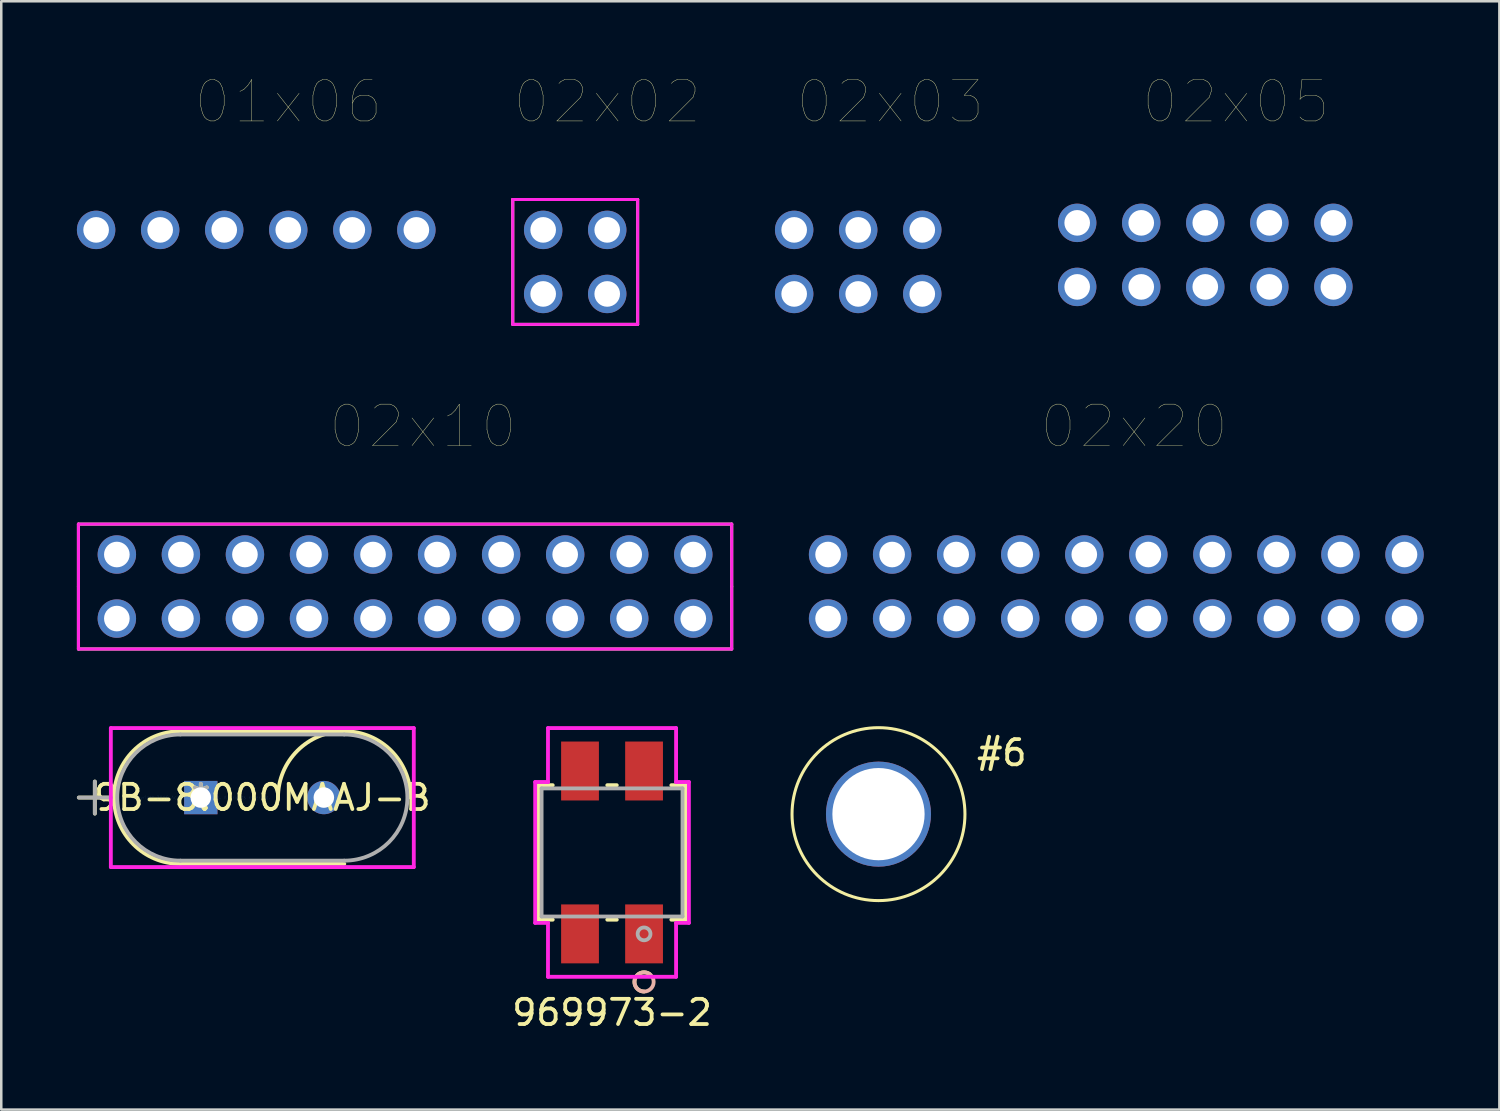
<source format=kicad_pcb>
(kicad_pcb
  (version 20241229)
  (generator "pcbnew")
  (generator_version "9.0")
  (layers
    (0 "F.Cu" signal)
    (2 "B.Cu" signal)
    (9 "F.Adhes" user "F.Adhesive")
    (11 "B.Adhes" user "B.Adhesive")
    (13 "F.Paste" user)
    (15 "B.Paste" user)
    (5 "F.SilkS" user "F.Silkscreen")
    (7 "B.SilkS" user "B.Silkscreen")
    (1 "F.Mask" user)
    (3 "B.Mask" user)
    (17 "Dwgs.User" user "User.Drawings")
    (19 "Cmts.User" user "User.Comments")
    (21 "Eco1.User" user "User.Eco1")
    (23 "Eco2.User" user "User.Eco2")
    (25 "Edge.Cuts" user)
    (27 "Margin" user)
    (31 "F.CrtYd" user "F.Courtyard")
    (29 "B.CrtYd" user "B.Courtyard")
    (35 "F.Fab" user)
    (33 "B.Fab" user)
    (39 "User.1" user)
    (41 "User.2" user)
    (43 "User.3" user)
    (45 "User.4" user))
  (footprint "969973-2"
    (layer "F.Cu")
    (at 21.222 30.756)
    (property "Reference" "969973-2" (at 0 6.35 0) (layer "F.SilkS") (effects (font (size 1 1) (thickness 0.15))))
    (attr through_hole)
    (fp_line (start -2.921 -2.667) (end -2.921 2.667) (stroke (width 0.152) (type solid)) (layer "F.SilkS"))
    (fp_line (start -2.921 2.667) (end -2.352 2.667) (stroke (width 0.152) (type solid)) (layer "F.SilkS"))
    (fp_line (start -2.352 -2.667) (end -2.921 -2.667) (stroke (width 0.152) (type solid)) (layer "F.SilkS"))
    (fp_line (start -0.188 2.667) (end 0.188 2.667) (stroke (width 0.152) (type solid)) (layer "F.SilkS"))
    (fp_line (start 0.188 -2.667) (end -0.188 -2.667) (stroke (width 0.152) (type solid)) (layer "F.SilkS"))
    (fp_line (start 2.352 2.667) (end 2.921 2.667) (stroke (width 0.152) (type solid)) (layer "F.SilkS"))
    (fp_line (start 2.921 -2.667) (end 2.352 -2.667) (stroke (width 0.152) (type solid)) (layer "F.SilkS"))
    (fp_line (start 2.921 2.667) (end 2.921 -2.667) (stroke (width 0.152) (type solid)) (layer "F.SilkS"))
    (fp_arc (start 1.27 5.516001) (mid 0.908054 5.016021) (end 1.49606 4.828312) (stroke (width 0.1524) (type solid)) (layer "F.SilkS"))
    (fp_circle (center 1.27 5.135) (end 1.651 5.135) (stroke (width 0.152) (type solid)) (fill no) (layer "B.SilkS"))
    (fp_line (start -3.048 -2.794) (end -3.048 2.794) (stroke (width 0.152) (type solid)) (layer "F.CrtYd"))
    (fp_line (start -3.048 2.794) (end -2.54 2.794) (stroke (width 0.152) (type solid)) (layer "F.CrtYd"))
    (fp_line (start -2.54 -4.932) (end -2.54 -2.794) (stroke (width 0.152) (type solid)) (layer "F.CrtYd"))
    (fp_line (start -2.54 -2.794) (end -3.048 -2.794) (stroke (width 0.152) (type solid)) (layer "F.CrtYd"))
    (fp_line (start -2.54 2.794) (end -2.54 4.932) (stroke (width 0.152) (type solid)) (layer "F.CrtYd"))
    (fp_line (start -2.54 4.932) (end 2.54 4.932) (stroke (width 0.152) (type solid)) (layer "F.CrtYd"))
    (fp_line (start 2.54 -4.932) (end -2.54 -4.932) (stroke (width 0.152) (type solid)) (layer "F.CrtYd"))
    (fp_line (start 2.54 -2.794) (end 2.54 -4.932) (stroke (width 0.152) (type solid)) (layer "F.CrtYd"))
    (fp_line (start 2.54 2.794) (end 3.048 2.794) (stroke (width 0.152) (type solid)) (layer "F.CrtYd"))
    (fp_line (start 2.54 4.932) (end 2.54 2.794) (stroke (width 0.152) (type solid)) (layer "F.CrtYd"))
    (fp_line (start 3.048 -2.794) (end 2.54 -2.794) (stroke (width 0.152) (type solid)) (layer "F.CrtYd"))
    (fp_line (start 3.048 2.794) (end 3.048 -2.794) (stroke (width 0.152) (type solid)) (layer "F.CrtYd"))
    (fp_line (start -2.794 -2.54) (end -2.794 2.54) (stroke (width 0.152) (type solid)) (layer "F.Fab"))
    (fp_line (start -2.794 2.54) (end 2.794 2.54) (stroke (width 0.152) (type solid)) (layer "F.Fab"))
    (fp_line (start 2.794 -2.54) (end -2.794 -2.54) (stroke (width 0.152) (type solid)) (layer "F.Fab"))
    (fp_line (start 2.794 2.54) (end 2.794 -2.54) (stroke (width 0.152) (type solid)) (layer "F.Fab"))
    (fp_circle (center 1.27 3.23) (end 1.524 3.23) (stroke (width 0.152) (type solid)) (fill no) (layer "F.Fab"))
    (pad "1" smd rect (at 1.27 3.23 90) (size 2.337 1.499) (layers "F.Cu" "F.Mask" "F.Paste"))
    (pad "2" smd rect (at 1.27 -3.23 90) (size 2.337 1.499) (layers "F.Cu" "F.Mask" "F.Paste"))
    (pad "3" smd rect (at -1.27 3.23 90) (size 2.337 1.499) (layers "F.Cu" "F.Mask" "F.Paste"))
    (pad "4" smd rect (at -1.27 -3.23 90) (size 2.337 1.499) (layers "F.Cu" "F.Mask" "F.Paste")))
  (footprint "#6"
    (layer "F.Cu")
    (at 31.789 29.237)
    (property "Reference" "#6" (at 4.89 -2.43 0) (layer "F.SilkS") (effects (font (size 1 1) (thickness 0.15))))
    (attr through_hole)
    (fp_circle (center 0 0) (end 3.429 0) (stroke (width 0.12) (type solid)) (fill no) (layer "F.SilkS"))
    (pad "1" thru_hole circle (at 0 0) (size 4.166 4.166) (drill 3.658) (layers "*.Cu" "*.Mask")))
  (footprint "02x20"
    (layer "F.Cu")
    (at 29.79 18.941)
    (property "Reference" "02x20" (at 12.136 -5.08 0) (layer "F.SilkS") (effects (font (size 1.643 1.643) (thickness 0.015))))
    (attr through_hole)
    (pad "1" thru_hole circle (at 0 2.54) (size 1.524 1.524) (drill 1.016) (layers "*.Cu" "*.Mask"))
    (pad "2" thru_hole circle (at 0 0) (size 1.524 1.524) (drill 1.016) (layers "*.Cu" "*.Mask"))
    (pad "3" thru_hole circle (at 2.54 2.54) (size 1.524 1.524) (drill 1.016) (layers "*.Cu" "*.Mask"))
    (pad "4" thru_hole circle (at 2.54 0) (size 1.524 1.524) (drill 1.016) (layers "*.Cu" "*.Mask"))
    (pad "5" thru_hole circle (at 5.08 2.54) (size 1.524 1.524) (drill 1.016) (layers "*.Cu" "*.Mask"))
    (pad "6" thru_hole circle (at 5.08 0) (size 1.524 1.524) (drill 1.016) (layers "*.Cu" "*.Mask"))
    (pad "7" thru_hole circle (at 7.62 2.54) (size 1.524 1.524) (drill 1.016) (layers "*.Cu" "*.Mask"))
    (pad "8" thru_hole circle (at 7.62 0) (size 1.524 1.524) (drill 1.016) (layers "*.Cu" "*.Mask"))
    (pad "9" thru_hole circle (at 10.16 2.54) (size 1.524 1.524) (drill 1.016) (layers "*.Cu" "*.Mask"))
    (pad "10" thru_hole circle (at 10.16 0) (size 1.524 1.524) (drill 1.016) (layers "*.Cu" "*.Mask"))
    (pad "11" thru_hole circle (at 12.7 2.54) (size 1.524 1.524) (drill 1.016) (layers "*.Cu" "*.Mask"))
    (pad "12" thru_hole circle (at 12.7 0) (size 1.524 1.524) (drill 1.016) (layers "*.Cu" "*.Mask"))
    (pad "13" thru_hole circle (at 15.24 2.54) (size 1.524 1.524) (drill 1.016) (layers "*.Cu" "*.Mask"))
    (pad "14" thru_hole circle (at 15.24 0) (size 1.524 1.524) (drill 1.016) (layers "*.Cu" "*.Mask"))
    (pad "15" thru_hole circle (at 17.78 2.54) (size 1.524 1.524) (drill 1.016) (layers "*.Cu" "*.Mask"))
    (pad "16" thru_hole circle (at 17.78 0) (size 1.524 1.524) (drill 1.016) (layers "*.Cu" "*.Mask"))
    (pad "17" thru_hole circle (at 20.32 2.54) (size 1.524 1.524) (drill 1.016) (layers "*.Cu" "*.Mask"))
    (pad "18" thru_hole circle (at 20.32 0) (size 1.524 1.524) (drill 1.016) (layers "*.Cu" "*.Mask"))
    (pad "19" thru_hole circle (at 22.86 2.54) (size 1.524 1.524) (drill 1.016) (layers "*.Cu" "*.Mask"))
    (pad "20" thru_hole circle (at 22.86 0) (size 1.524 1.524) (drill 1.016) (layers "*.Cu" "*.Mask")))
  (footprint "01x06"
    (layer "F.Cu")
    (at 0.762 6.067)
    (property "Reference" "01x06" (at 7.62 -5.08 0) (layer "F.SilkS") (effects (font (size 1.643 1.643) (thickness 0.015))))
    (attr through_hole)
    (pad "1" thru_hole circle (at 0 0) (size 1.524 1.524) (drill 1.016) (layers "*.Cu" "*.Mask"))
    (pad "2" thru_hole circle (at 2.54 0) (size 1.524 1.524) (drill 1.016) (layers "*.Cu" "*.Mask"))
    (pad "3" thru_hole circle (at 5.08 0) (size 1.524 1.524) (drill 1.016) (layers "*.Cu" "*.Mask"))
    (pad "4" thru_hole circle (at 7.62 0) (size 1.524 1.524) (drill 1.016) (layers "*.Cu" "*.Mask"))
    (pad "5" thru_hole circle (at 10.16 0) (size 1.524 1.524) (drill 1.016) (layers "*.Cu" "*.Mask"))
    (pad "6" thru_hole circle (at 12.7 0) (size 1.524 1.524) (drill 1.016) (layers "*.Cu" "*.Mask")))
  (footprint "02x05"
    (layer "F.Cu")
    (at 39.669 5.788)
    (property "Reference" "02x05" (at 6.294 -4.801 0) (layer "F.SilkS") (effects (font (size 1.643 1.643) (thickness 0.015))))
    (attr through_hole)
    (pad "1" thru_hole circle (at 0 2.54) (size 1.524 1.524) (drill 1.016) (layers "*.Cu" "*.Mask"))
    (pad "2" thru_hole circle (at 0 0) (size 1.524 1.524) (drill 1.016) (layers "*.Cu" "*.Mask"))
    (pad "3" thru_hole circle (at 2.54 2.54) (size 1.524 1.524) (drill 1.016) (layers "*.Cu" "*.Mask"))
    (pad "4" thru_hole circle (at 2.54 0) (size 1.524 1.524) (drill 1.016) (layers "*.Cu" "*.Mask"))
    (pad "5" thru_hole circle (at 5.08 2.54) (size 1.524 1.524) (drill 1.016) (layers "*.Cu" "*.Mask"))
    (pad "6" thru_hole circle (at 5.08 0) (size 1.524 1.524) (drill 1.016) (layers "*.Cu" "*.Mask"))
    (pad "7" thru_hole circle (at 7.62 2.54) (size 1.524 1.524) (drill 1.016) (layers "*.Cu" "*.Mask"))
    (pad "8" thru_hole circle (at 7.62 0) (size 1.524 1.524) (drill 1.016) (layers "*.Cu" "*.Mask"))
    (pad "9" thru_hole circle (at 10.16 2.54) (size 1.524 1.524) (drill 1.016) (layers "*.Cu" "*.Mask"))
    (pad "10" thru_hole circle (at 10.16 0) (size 1.524 1.524) (drill 1.016) (layers "*.Cu" "*.Mask")))
  (footprint "02x02"
    (layer "F.Cu")
    (at 18.491 6.067)
    (property "Reference" "02x02" (at 2.54 -5.08 0) (layer "F.SilkS") (effects (font (size 1.643 1.643) (thickness 0.015))))
    (attr through_hole)
    (fp_line (start -1.206 -1.206) (end -1.206 3.747) (stroke (width 0.12) (type solid)) (layer "F.SilkS"))
    (fp_line (start -1.206 -1.206) (end 3.747 -1.206) (stroke (width 0.12) (type solid)) (layer "F.SilkS"))
    (fp_line (start 3.747 -1.206) (end 3.747 3.747) (stroke (width 0.12) (type solid)) (layer "F.SilkS"))
    (fp_line (start 3.747 3.747) (end -1.206 3.747) (stroke (width 0.12) (type solid)) (layer "F.SilkS"))
    (fp_line (start -1.206 -1.206) (end 3.747 -1.206) (stroke (width 0.12) (type solid)) (layer "F.CrtYd"))
    (fp_line (start -1.206 3.747) (end -1.206 -1.206) (stroke (width 0.12) (type solid)) (layer "F.CrtYd"))
    (fp_line (start 3.747 -1.206) (end 3.747 3.747) (stroke (width 0.12) (type solid)) (layer "F.CrtYd"))
    (fp_line (start 3.747 3.747) (end -1.206 3.747) (stroke (width 0.12) (type solid)) (layer "F.CrtYd"))
    (pad "1" thru_hole circle (at 0 2.54) (size 1.524 1.524) (drill 1.016) (layers "*.Cu" "*.Mask"))
    (pad "2" thru_hole circle (at 0 0) (size 1.524 1.524) (drill 1.016) (layers "*.Cu" "*.Mask"))
    (pad "3" thru_hole circle (at 2.54 2.54) (size 1.524 1.524) (drill 1.016) (layers "*.Cu" "*.Mask"))
    (pad "4" thru_hole circle (at 2.54 0) (size 1.524 1.524) (drill 1.016) (layers "*.Cu" "*.Mask")))
  (footprint "9B-8.000MAAJ-B"
    (layer "F.Cu")
    (at 4.913 28.58)
    (property "Reference" "9B-8.000MAAJ-B" (at 2.44 0 0) (layer "F.SilkS") (effects (font (size 1 1) (thickness 0.15))))
    (attr through_hole)
    (fp_line (start -4.837 0) (end -3.567 0) (stroke (width 0.152) (type solid)) (layer "F.SilkS"))
    (fp_line (start -4.202 -0.635) (end -4.202 0.635) (stroke (width 0.152) (type solid)) (layer "F.SilkS"))
    (fp_line (start -0.811 -2.629) (end 5.691 -2.629) (stroke (width 0.152) (type solid)) (layer "F.SilkS"))
    (fp_line (start -0.811 2.629) (end 5.691 2.629) (stroke (width 0.152) (type solid)) (layer "F.SilkS"))
    (fp_arc (start -0.8112 2.6289) (mid -3.4401 0) (end -0.8112 -2.6289) (stroke (width 0.1524) (type solid)) (layer "F.SilkS"))
    (fp_arc (start 3.0623 0) (mid 3.832287 -1.858913) (end 5.6912 -2.6289) (stroke (width 0.1524) (type solid)) (layer "F.SilkS"))
    (fp_arc (start 5.6912 -2.6289) (mid 7.550113 -1.858913) (end 8.3201 0) (stroke (width 0.1524) (type solid)) (layer "F.SilkS"))
    (fp_line (start -3.567 -2.756) (end 8.447 -2.756) (stroke (width 0.152) (type solid)) (layer "F.CrtYd"))
    (fp_line (start -3.567 2.756) (end -3.567 -2.756) (stroke (width 0.152) (type solid)) (layer "F.CrtYd"))
    (fp_line (start 8.447 -2.756) (end 8.447 2.756) (stroke (width 0.152) (type solid)) (layer "F.CrtYd"))
    (fp_line (start 8.447 2.756) (end -3.567 2.756) (stroke (width 0.152) (type solid)) (layer "F.CrtYd"))
    (fp_line (start -4.837 0) (end -3.567 0) (stroke (width 0.152) (type solid)) (layer "F.Fab"))
    (fp_line (start -4.202 -0.635) (end -4.202 0.635) (stroke (width 0.152) (type solid)) (layer "F.Fab"))
    (fp_line (start -0.811 -2.502) (end 5.691 -2.502) (stroke (width 0.152) (type solid)) (layer "F.Fab"))
    (fp_line (start -0.811 2.502) (end 5.691 2.502) (stroke (width 0.152) (type solid)) (layer "F.Fab"))
    (fp_arc (start -0.8112 2.5019) (mid -3.3131 0) (end -0.8112 -2.5019) (stroke (width 0.1524) (type solid)) (layer "F.Fab"))
    (fp_arc (start 5.6912 -2.5019) (mid 8.1931 0) (end 5.6912 2.5019) (stroke (width 0.1524) (type solid)) (layer "F.Fab"))
    (fp_text user "*" (at 0 0 0) (layer "F.SilkS") (effects (font (size 1 1) (thickness 0.15))))
    (fp_text user "Copyright 2016 Accelerated Designs. All rights reserved." (at 0 0 0) (layer "Cmts.User") (effects (font (size 0.127 0.127) (thickness 0.002))))
    (fp_text user "*" (at 0 0 0) (layer "F.Fab") (effects (font (size 1 1) (thickness 0.15))))
    (pad "1" thru_hole rect (at 0 0) (size 1.321 1.321) (drill 0.813) (layers "*.Cu" "*.Mask"))
    (pad "2" thru_hole circle (at 4.88 0) (size 1.321 1.321) (drill 0.813) (layers "*.Cu" "*.Mask")))
  (footprint "02x10"
    (layer "F.Cu")
    (at 1.584 18.941)
    (property "Reference" "02x10" (at 12.136 -5.08 0) (layer "F.SilkS") (effects (font (size 1.643 1.643) (thickness 0.015))))
    (attr through_hole)
    (fp_line (start -1.524 -1.206) (end 24.384 -1.206) (stroke (width 0.12) (type solid)) (layer "F.SilkS"))
    (fp_line (start -1.524 1.27) (end -1.524 -1.206) (stroke (width 0.12) (type solid)) (layer "F.SilkS"))
    (fp_line (start -1.524 3.747) (end -1.524 1.27) (stroke (width 0.12) (type solid)) (layer "F.SilkS"))
    (fp_line (start -1.524 3.747) (end 24.384 3.747) (stroke (width 0.12) (type solid)) (layer "F.SilkS"))
    (fp_line (start 24.384 1.27) (end 24.384 -1.206) (stroke (width 0.12) (type solid)) (layer "F.SilkS"))
    (fp_line (start 24.384 3.747) (end 24.384 1.27) (stroke (width 0.12) (type solid)) (layer "F.SilkS"))
    (fp_line (start -1.524 -1.206) (end 24.384 -1.206) (stroke (width 0.12) (type solid)) (layer "F.CrtYd"))
    (fp_line (start -1.524 3.747) (end -1.524 -1.206) (stroke (width 0.12) (type solid)) (layer "F.CrtYd"))
    (fp_line (start 24.384 -1.206) (end 24.384 3.747) (stroke (width 0.12) (type solid)) (layer "F.CrtYd"))
    (fp_line (start 24.384 3.747) (end -1.524 3.747) (stroke (width 0.12) (type solid)) (layer "F.CrtYd"))
    (pad "1" thru_hole circle (at 0 2.54) (size 1.524 1.524) (drill 1.016) (layers "*.Cu" "*.Mask"))
    (pad "2" thru_hole circle (at 0 0) (size 1.524 1.524) (drill 1.016) (layers "*.Cu" "*.Mask"))
    (pad "3" thru_hole circle (at 2.54 2.54) (size 1.524 1.524) (drill 1.016) (layers "*.Cu" "*.Mask"))
    (pad "4" thru_hole circle (at 2.54 0) (size 1.524 1.524) (drill 1.016) (layers "*.Cu" "*.Mask"))
    (pad "5" thru_hole circle (at 5.08 2.54) (size 1.524 1.524) (drill 1.016) (layers "*.Cu" "*.Mask"))
    (pad "6" thru_hole circle (at 5.08 0) (size 1.524 1.524) (drill 1.016) (layers "*.Cu" "*.Mask"))
    (pad "7" thru_hole circle (at 7.62 2.54) (size 1.524 1.524) (drill 1.016) (layers "*.Cu" "*.Mask"))
    (pad "8" thru_hole circle (at 7.62 0) (size 1.524 1.524) (drill 1.016) (layers "*.Cu" "*.Mask"))
    (pad "9" thru_hole circle (at 10.16 2.54) (size 1.524 1.524) (drill 1.016) (layers "*.Cu" "*.Mask"))
    (pad "10" thru_hole circle (at 10.16 0) (size 1.524 1.524) (drill 1.016) (layers "*.Cu" "*.Mask"))
    (pad "11" thru_hole circle (at 12.7 2.54) (size 1.524 1.524) (drill 1.016) (layers "*.Cu" "*.Mask"))
    (pad "12" thru_hole circle (at 12.7 0) (size 1.524 1.524) (drill 1.016) (layers "*.Cu" "*.Mask"))
    (pad "13" thru_hole circle (at 15.24 2.54) (size 1.524 1.524) (drill 1.016) (layers "*.Cu" "*.Mask"))
    (pad "14" thru_hole circle (at 15.24 0) (size 1.524 1.524) (drill 1.016) (layers "*.Cu" "*.Mask"))
    (pad "15" thru_hole circle (at 17.78 2.54) (size 1.524 1.524) (drill 1.016) (layers "*.Cu" "*.Mask"))
    (pad "16" thru_hole circle (at 17.78 0) (size 1.524 1.524) (drill 1.016) (layers "*.Cu" "*.Mask"))
    (pad "17" thru_hole circle (at 20.32 2.54) (size 1.524 1.524) (drill 1.016) (layers "*.Cu" "*.Mask"))
    (pad "18" thru_hole circle (at 20.32 0) (size 1.524 1.524) (drill 1.016) (layers "*.Cu" "*.Mask"))
    (pad "19" thru_hole circle (at 22.86 2.54) (size 1.524 1.524) (drill 1.016) (layers "*.Cu" "*.Mask"))
    (pad "20" thru_hole circle (at 22.86 0) (size 1.524 1.524) (drill 1.016) (layers "*.Cu" "*.Mask")))
  (footprint "02x03"
    (layer "F.Cu")
    (at 28.445 6.067)
    (property "Reference" "02x03" (at 3.81 -5.08 0) (layer "F.SilkS") (effects (font (size 1.643 1.643) (thickness 0.015))))
    (attr through_hole)
    (pad "1" thru_hole circle (at 0 2.54) (size 1.524 1.524) (drill 1.016) (layers "*.Cu" "*.Mask"))
    (pad "2" thru_hole circle (at 0 0) (size 1.524 1.524) (drill 1.016) (layers "*.Cu" "*.Mask"))
    (pad "3" thru_hole circle (at 2.54 2.54) (size 1.524 1.524) (drill 1.016) (layers "*.Cu" "*.Mask"))
    (pad "4" thru_hole circle (at 2.54 0) (size 1.524 1.524) (drill 1.016) (layers "*.Cu" "*.Mask"))
    (pad "5" thru_hole circle (at 5.08 2.54) (size 1.524 1.524) (drill 1.016) (layers "*.Cu" "*.Mask"))
    (pad "6" thru_hole circle (at 5.08 0) (size 1.524 1.524) (drill 1.016) (layers "*.Cu" "*.Mask")))
  (gr_rect
    (start -3 -3)
    (end 56.412 40.954)
    (stroke (width 0.1) (type default))
    (fill no)
    (layer "Edge.Cuts")))
</source>
